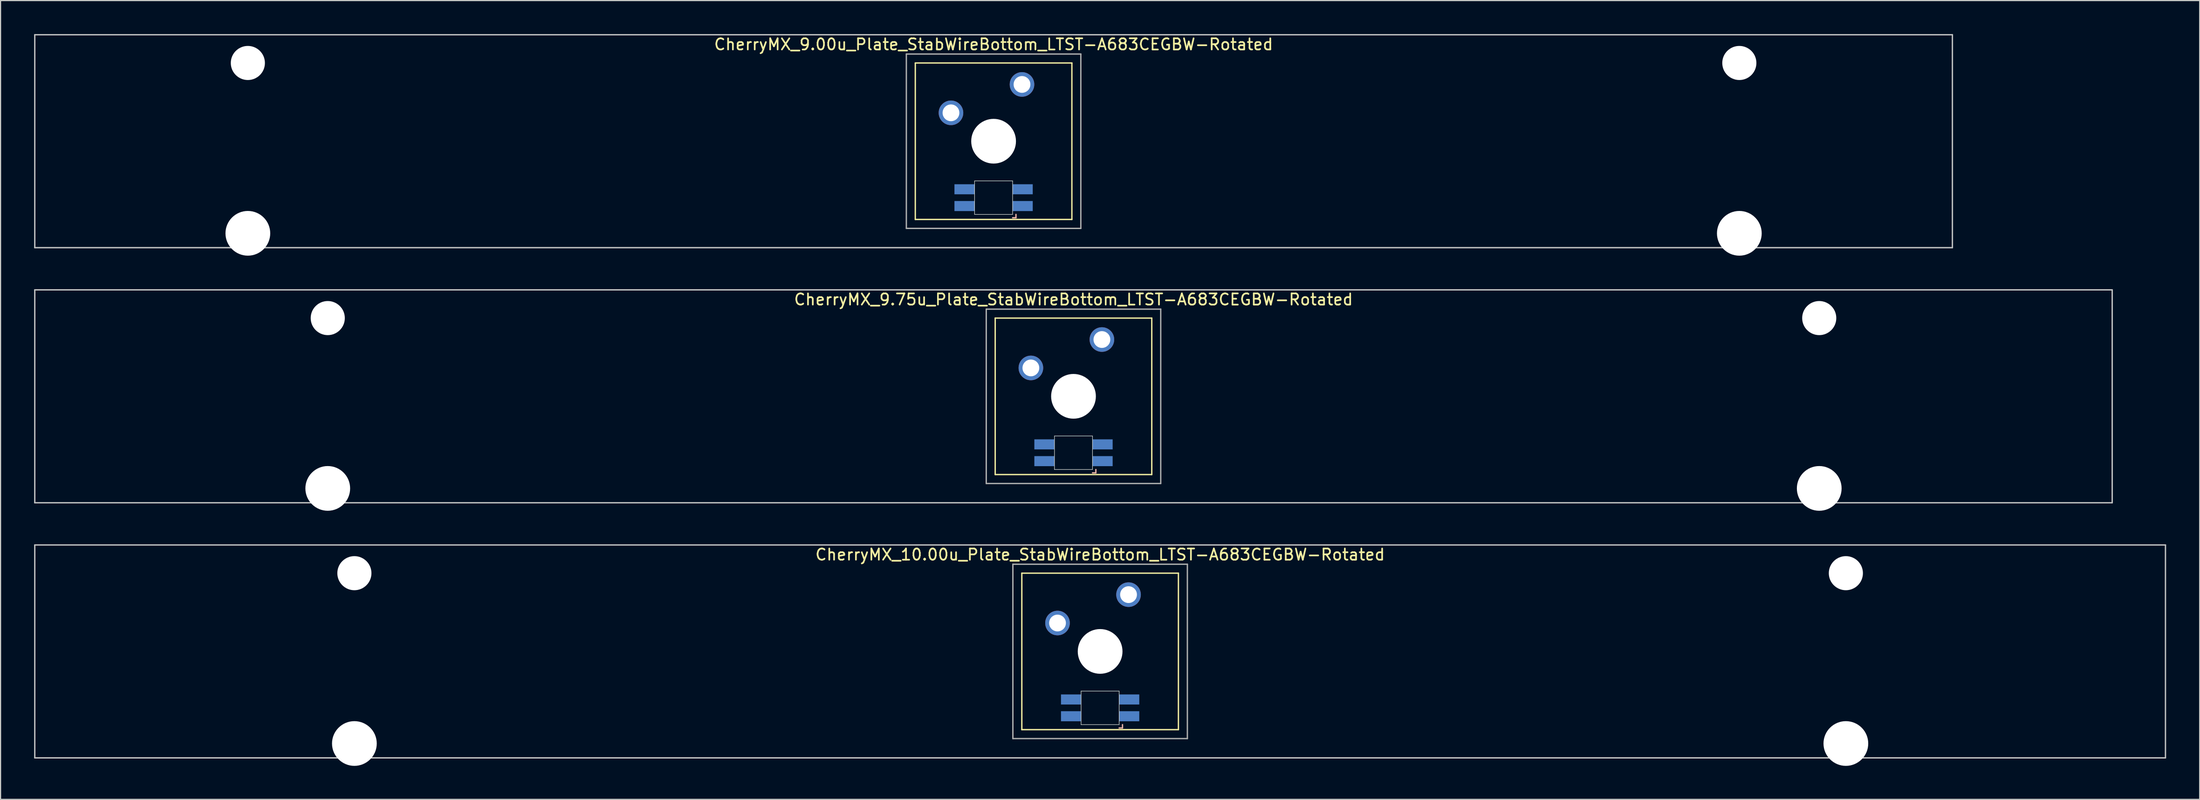
<source format=kicad_pcb>
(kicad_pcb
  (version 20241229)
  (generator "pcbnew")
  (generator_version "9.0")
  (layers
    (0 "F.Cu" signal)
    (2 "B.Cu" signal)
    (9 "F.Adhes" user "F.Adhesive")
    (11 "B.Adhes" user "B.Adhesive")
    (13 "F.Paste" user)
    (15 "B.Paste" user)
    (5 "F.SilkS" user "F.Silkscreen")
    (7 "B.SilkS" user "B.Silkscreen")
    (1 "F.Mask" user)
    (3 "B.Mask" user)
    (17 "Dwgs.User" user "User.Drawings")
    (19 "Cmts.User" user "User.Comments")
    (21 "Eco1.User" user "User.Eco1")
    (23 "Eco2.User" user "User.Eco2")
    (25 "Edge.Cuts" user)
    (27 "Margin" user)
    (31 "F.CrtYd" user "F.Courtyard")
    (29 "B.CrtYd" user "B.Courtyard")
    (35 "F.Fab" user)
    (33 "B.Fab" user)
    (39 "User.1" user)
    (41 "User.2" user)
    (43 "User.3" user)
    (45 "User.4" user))
  (footprint "CherryMX_9.00u_Plate_StabWireBottom_LTST-A683CEGBW-Rotated"
    (layer "F.Cu")
    (at 85.785 9.585)
    (property "Reference" "CherryMX_9.00u_Plate_StabWireBottom_LTST-A683CEGBW-Rotated" (at 0 -8.662 0) (layer "F.SilkS") (effects (font (size 1 1) (thickness 0.15))))
    (attr through_hole)
    (fp_line (start -7 -7) (end -7 7) (stroke (width 0.12) (type solid)) (layer "F.SilkS"))
    (fp_line (start -7 -7) (end 7 -7) (stroke (width 0.12) (type solid)) (layer "F.SilkS"))
    (fp_line (start 7 -7) (end 7 7) (stroke (width 0.12) (type solid)) (layer "F.SilkS"))
    (fp_line (start 7 7) (end -7 7) (stroke (width 0.12) (type solid)) (layer "F.SilkS"))
    (fp_line (start 1.7 6.85) (end 2 6.85) (stroke (width 0.12) (type solid)) (layer "B.SilkS"))
    (fp_line (start 2 6.85) (end 2 6.55) (stroke (width 0.12) (type solid)) (layer "B.SilkS"))
    (fp_line (start -85.725 -9.525) (end 85.725 -9.525) (stroke (width 0.12) (type solid)) (layer "Dwgs.User"))
    (fp_line (start -85.725 9.525) (end -85.725 -9.525) (stroke (width 0.12) (type solid)) (layer "Dwgs.User"))
    (fp_line (start 85.725 -9.525) (end 85.725 9.525) (stroke (width 0.12) (type solid)) (layer "Dwgs.User"))
    (fp_line (start 85.725 9.525) (end -85.725 9.525) (stroke (width 0.12) (type solid)) (layer "Dwgs.User"))
    (fp_line (start -1.7 3.55) (end 1.7 3.55) (stroke (width 0.05) (type solid)) (layer "Edge.Cuts"))
    (fp_line (start -1.7 6.55) (end -1.7 3.55) (stroke (width 0.05) (type solid)) (layer "Edge.Cuts"))
    (fp_line (start 1.7 3.55) (end 1.7 6.55) (stroke (width 0.05) (type solid)) (layer "Edge.Cuts"))
    (fp_line (start 1.7 6.55) (end -1.7 6.55) (stroke (width 0.05) (type solid)) (layer "Edge.Cuts"))
    (fp_line (start -7.8 -7.8) (end -7.8 7.8) (stroke (width 0.12) (type solid)) (layer "F.Fab"))
    (fp_line (start -7.8 -7.8) (end 7.8 -7.8) (stroke (width 0.12) (type solid)) (layer "F.Fab"))
    (fp_line (start -7.8 7.8) (end 7.8 7.8) (stroke (width 0.12) (type solid)) (layer "F.Fab"))
    (fp_line (start 7.8 -7.8) (end 7.8 7.8) (stroke (width 0.12) (type solid)) (layer "F.Fab"))
    (pad "" np_thru_hole circle (at -66.675 -7) (size 3.05 3.05) (drill 3.05) (layers "*.Cu" "*.Mask"))
    (pad "" np_thru_hole circle (at -66.675 8.24) (size 4 4) (drill 4) (layers "*.Cu" "*.Mask"))
    (pad "" np_thru_hole circle (at 0 0) (size 4 4) (drill 4) (layers "*.Cu" "*.Mask"))
    (pad "" np_thru_hole circle (at 66.675 -7) (size 3.05 3.05) (drill 3.05) (layers "*.Cu" "*.Mask"))
    (pad "" np_thru_hole circle (at 66.675 8.24) (size 4 4) (drill 4) (layers "*.Cu" "*.Mask"))
    (pad "1" thru_hole circle (at -3.81 -2.54) (size 2.2 2.2) (drill 1.5) (layers "*.Cu" "*.Mask"))
    (pad "2" thru_hole circle (at 2.54 -5.08) (size 2.2 2.2) (drill 1.5) (layers "*.Cu" "*.Mask"))
    (pad "3" smd rect (at 2.6 5.8) (size 1.8 0.9) (layers "B.Cu" "B.Mask" "B.Paste"))
    (pad "4" smd rect (at 2.6 4.3) (size 1.8 0.9) (layers "B.Cu" "B.Mask" "B.Paste"))
    (pad "5" smd rect (at -2.6 5.8) (size 1.8 0.9) (layers "B.Cu" "B.Mask" "B.Paste"))
    (pad "6" smd rect (at -2.6 4.3) (size 1.8 0.9) (layers "B.Cu" "B.Mask" "B.Paste")))
  (footprint "CherryMX_9.75u_Plate_StabWireBottom_LTST-A683CEGBW-Rotated"
    (layer "F.Cu")
    (at 92.929 32.41)
    (property "Reference" "CherryMX_9.75u_Plate_StabWireBottom_LTST-A683CEGBW-Rotated" (at 0 -8.662 0) (layer "F.SilkS") (effects (font (size 1 1) (thickness 0.15))))
    (attr through_hole)
    (fp_line (start -7 -7) (end -7 7) (stroke (width 0.12) (type solid)) (layer "F.SilkS"))
    (fp_line (start -7 -7) (end 7 -7) (stroke (width 0.12) (type solid)) (layer "F.SilkS"))
    (fp_line (start 7 -7) (end 7 7) (stroke (width 0.12) (type solid)) (layer "F.SilkS"))
    (fp_line (start 7 7) (end -7 7) (stroke (width 0.12) (type solid)) (layer "F.SilkS"))
    (fp_line (start 1.7 6.85) (end 2 6.85) (stroke (width 0.12) (type solid)) (layer "B.SilkS"))
    (fp_line (start 2 6.85) (end 2 6.55) (stroke (width 0.12) (type solid)) (layer "B.SilkS"))
    (fp_line (start -92.869 -9.525) (end 92.869 -9.525) (stroke (width 0.12) (type solid)) (layer "Dwgs.User"))
    (fp_line (start -92.869 9.525) (end -92.869 -9.525) (stroke (width 0.12) (type solid)) (layer "Dwgs.User"))
    (fp_line (start 92.869 -9.525) (end 92.869 9.525) (stroke (width 0.12) (type solid)) (layer "Dwgs.User"))
    (fp_line (start 92.869 9.525) (end -92.869 9.525) (stroke (width 0.12) (type solid)) (layer "Dwgs.User"))
    (fp_line (start -1.7 3.55) (end 1.7 3.55) (stroke (width 0.05) (type solid)) (layer "Edge.Cuts"))
    (fp_line (start -1.7 6.55) (end -1.7 3.55) (stroke (width 0.05) (type solid)) (layer "Edge.Cuts"))
    (fp_line (start 1.7 3.55) (end 1.7 6.55) (stroke (width 0.05) (type solid)) (layer "Edge.Cuts"))
    (fp_line (start 1.7 6.55) (end -1.7 6.55) (stroke (width 0.05) (type solid)) (layer "Edge.Cuts"))
    (fp_line (start -7.8 -7.8) (end -7.8 7.8) (stroke (width 0.12) (type solid)) (layer "F.Fab"))
    (fp_line (start -7.8 -7.8) (end 7.8 -7.8) (stroke (width 0.12) (type solid)) (layer "F.Fab"))
    (fp_line (start -7.8 7.8) (end 7.8 7.8) (stroke (width 0.12) (type solid)) (layer "F.Fab"))
    (fp_line (start 7.8 -7.8) (end 7.8 7.8) (stroke (width 0.12) (type solid)) (layer "F.Fab"))
    (pad "" np_thru_hole circle (at -66.675 -7) (size 3.05 3.05) (drill 3.05) (layers "*.Cu" "*.Mask"))
    (pad "" np_thru_hole circle (at -66.675 8.24) (size 4 4) (drill 4) (layers "*.Cu" "*.Mask"))
    (pad "" np_thru_hole circle (at 0 0) (size 4 4) (drill 4) (layers "*.Cu" "*.Mask"))
    (pad "" np_thru_hole circle (at 66.675 -7) (size 3.05 3.05) (drill 3.05) (layers "*.Cu" "*.Mask"))
    (pad "" np_thru_hole circle (at 66.675 8.24) (size 4 4) (drill 4) (layers "*.Cu" "*.Mask"))
    (pad "1" thru_hole circle (at -3.81 -2.54) (size 2.2 2.2) (drill 1.5) (layers "*.Cu" "*.Mask"))
    (pad "2" thru_hole circle (at 2.54 -5.08) (size 2.2 2.2) (drill 1.5) (layers "*.Cu" "*.Mask"))
    (pad "3" smd rect (at 2.6 5.8) (size 1.8 0.9) (layers "B.Cu" "B.Mask" "B.Paste"))
    (pad "4" smd rect (at 2.6 4.3) (size 1.8 0.9) (layers "B.Cu" "B.Mask" "B.Paste"))
    (pad "5" smd rect (at -2.6 5.8) (size 1.8 0.9) (layers "B.Cu" "B.Mask" "B.Paste"))
    (pad "6" smd rect (at -2.6 4.3) (size 1.8 0.9) (layers "B.Cu" "B.Mask" "B.Paste")))
  (footprint "CherryMX_10.00u_Plate_StabWireBottom_LTST-A683CEGBW-Rotated"
    (layer "F.Cu")
    (at 95.31 55.235)
    (property "Reference" "CherryMX_10.00u_Plate_StabWireBottom_LTST-A683CEGBW-Rotated" (at 0 -8.662 0) (layer "F.SilkS") (effects (font (size 1 1) (thickness 0.15))))
    (attr through_hole)
    (fp_line (start -7 -7) (end -7 7) (stroke (width 0.12) (type solid)) (layer "F.SilkS"))
    (fp_line (start -7 -7) (end 7 -7) (stroke (width 0.12) (type solid)) (layer "F.SilkS"))
    (fp_line (start 7 -7) (end 7 7) (stroke (width 0.12) (type solid)) (layer "F.SilkS"))
    (fp_line (start 7 7) (end -7 7) (stroke (width 0.12) (type solid)) (layer "F.SilkS"))
    (fp_line (start 1.7 6.85) (end 2 6.85) (stroke (width 0.12) (type solid)) (layer "B.SilkS"))
    (fp_line (start 2 6.85) (end 2 6.55) (stroke (width 0.12) (type solid)) (layer "B.SilkS"))
    (fp_line (start -95.25 -9.525) (end 95.25 -9.525) (stroke (width 0.12) (type solid)) (layer "Dwgs.User"))
    (fp_line (start -95.25 9.525) (end -95.25 -9.525) (stroke (width 0.12) (type solid)) (layer "Dwgs.User"))
    (fp_line (start 95.25 -9.525) (end 95.25 9.525) (stroke (width 0.12) (type solid)) (layer "Dwgs.User"))
    (fp_line (start 95.25 9.525) (end -95.25 9.525) (stroke (width 0.12) (type solid)) (layer "Dwgs.User"))
    (fp_line (start -1.7 3.55) (end 1.7 3.55) (stroke (width 0.05) (type solid)) (layer "Edge.Cuts"))
    (fp_line (start -1.7 6.55) (end -1.7 3.55) (stroke (width 0.05) (type solid)) (layer "Edge.Cuts"))
    (fp_line (start 1.7 3.55) (end 1.7 6.55) (stroke (width 0.05) (type solid)) (layer "Edge.Cuts"))
    (fp_line (start 1.7 6.55) (end -1.7 6.55) (stroke (width 0.05) (type solid)) (layer "Edge.Cuts"))
    (fp_line (start -7.8 -7.8) (end -7.8 7.8) (stroke (width 0.12) (type solid)) (layer "F.Fab"))
    (fp_line (start -7.8 -7.8) (end 7.8 -7.8) (stroke (width 0.12) (type solid)) (layer "F.Fab"))
    (fp_line (start -7.8 7.8) (end 7.8 7.8) (stroke (width 0.12) (type solid)) (layer "F.Fab"))
    (fp_line (start 7.8 -7.8) (end 7.8 7.8) (stroke (width 0.12) (type solid)) (layer "F.Fab"))
    (pad "" np_thru_hole circle (at -66.675 -7) (size 3.05 3.05) (drill 3.05) (layers "*.Cu" "*.Mask"))
    (pad "" np_thru_hole circle (at -66.675 8.24) (size 4 4) (drill 4) (layers "*.Cu" "*.Mask"))
    (pad "" np_thru_hole circle (at 0 0) (size 4 4) (drill 4) (layers "*.Cu" "*.Mask"))
    (pad "" np_thru_hole circle (at 66.675 -7) (size 3.05 3.05) (drill 3.05) (layers "*.Cu" "*.Mask"))
    (pad "" np_thru_hole circle (at 66.675 8.24) (size 4 4) (drill 4) (layers "*.Cu" "*.Mask"))
    (pad "1" thru_hole circle (at -3.81 -2.54) (size 2.2 2.2) (drill 1.5) (layers "*.Cu" "*.Mask"))
    (pad "2" thru_hole circle (at 2.54 -5.08) (size 2.2 2.2) (drill 1.5) (layers "*.Cu" "*.Mask"))
    (pad "3" smd rect (at 2.6 5.8 180) (size 1.8 0.9) (layers "B.Cu" "B.Mask" "B.Paste"))
    (pad "4" smd rect (at 2.6 4.3 180) (size 1.8 0.9) (layers "B.Cu" "B.Mask" "B.Paste"))
    (pad "5" smd rect (at -2.6 5.8 180) (size 1.8 0.9) (layers "B.Cu" "B.Mask" "B.Paste"))
    (pad "6" smd rect (at -2.6 4.3 180) (size 1.8 0.9) (layers "B.Cu" "B.Mask" "B.Paste")))
  (gr_rect
    (start -3 -3)
    (end 193.62 68.475)
    (stroke (width 0.1) (type default))
    (fill no)
    (layer "Edge.Cuts")))
</source>
